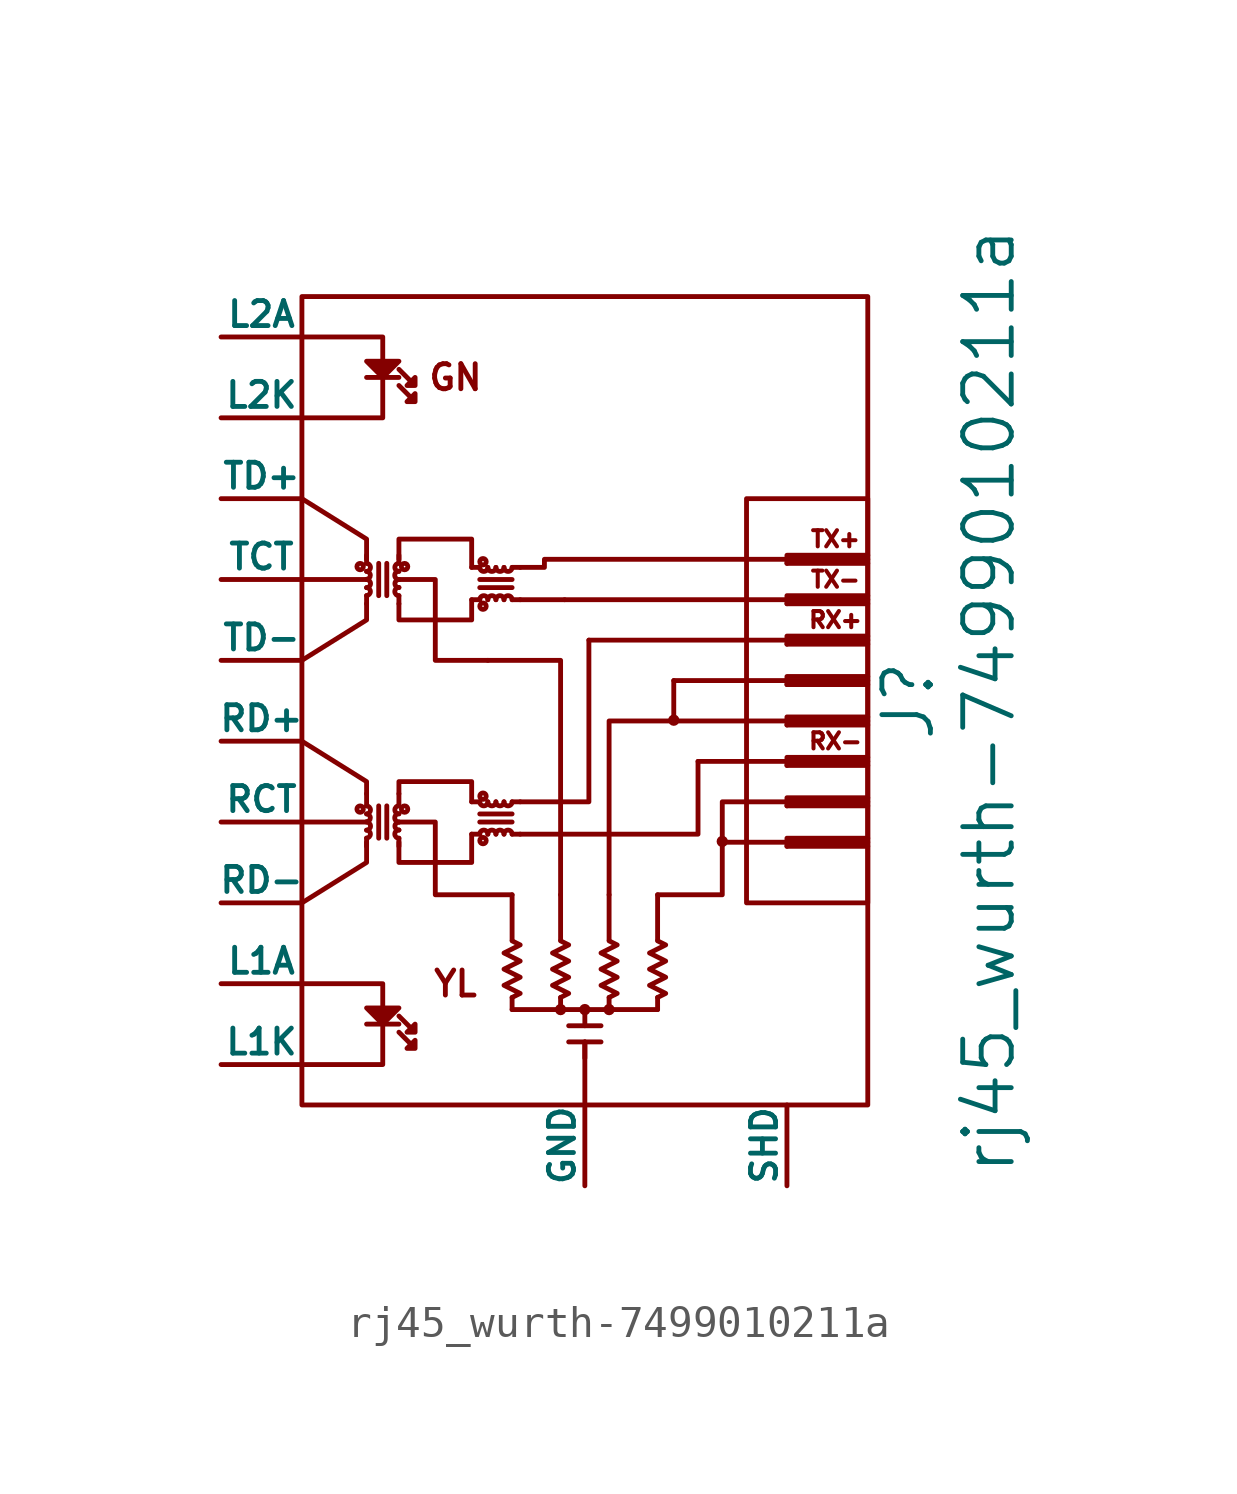
<source format=kicad_sym>
(kicad_symbol_lib
  (version 20220914)
  (generator kicad_symbol_editor)
  (symbol "rj45_wurth-7499010211a"
    (pin_numbers hide)
    (pin_names
      (offset 0))
    (property "Reference" "J"
      (at 11.43 0 90)
      (effects (font (size 1.524 1.524))))
    (property "Value" "rj45_wurth-7499010211a"
      (at 13.97 0 90)
      (effects (font (size 1.524 1.524))))
    (property "Footprint" ""
      (at -7.62 -1.27 0)
      (effects (font (size 1.524 1.524))))
    (symbol "rj45_wurth-7499010211a_0_0"
      (polyline (pts (xy -1.016 -6.096) (xy -1.016 -7.518)) (stroke (width 0) (type solid)) (fill (type none)))
      (polyline (pts (xy 0.508 -6.096) (xy 0.508 -7.518)) (stroke (width 0) (type solid)) (fill (type none)))
      (polyline (pts (xy 1.27 -10.719) (xy 1.27 -12.7)) (stroke (width 0) (type solid)) (fill (type none)))
      (polyline (pts (xy 2.032 -6.096) (xy 2.032 -7.518)) (stroke (width 0) (type solid)) (fill (type none)))
      (polyline (pts (xy 3.556 -6.096) (xy 3.556 -7.518)) (stroke (width 0) (type solid)) (fill (type none)))
      (text "GN" (at -2.794 10.16 0) (effects (font (size 0.787 0.787))))
      (text "RX+" (at 9.144 2.54 0) (effects (font (size 0.508 0.508))))
      (text "RX-" (at 9.144 -1.27 0) (effects (font (size 0.508 0.508))))
      (text "TX+" (at 9.144 5.08 0) (effects (font (size 0.508 0.508))))
      (text "TX-" (at 9.144 3.81 0) (effects (font (size 0.508 0.508))))
      (text "YL" (at -2.794 -8.89 0) (effects (font (size 0.787 0.787)))))
    (symbol "rj45_wurth-7499010211a_0_1"
      (rectangle (start -7.62 12.7) (end 10.16 -12.7) (stroke (width 0) (type solid)) (fill (type none)))
      (circle (center -5.791 -3.404) (radius 0.025) (stroke (width 0) (type solid)) (fill (type none)))
      (circle (center -5.791 4.216) (radius 0.025) (stroke (width 0) (type solid)) (fill (type none)))
      (arc (start -5.588 -4.318) (mid -5.4615 -4.191) (end -5.588 -4.064) (stroke (width 0) (type solid)) (fill (type none)))
      (arc (start -5.588 -4.064) (mid -5.4615 -3.937) (end -5.588 -3.81) (stroke (width 0) (type solid)) (fill (type none)))
      (arc (start -5.588 -3.81) (mid -5.4615 -3.683) (end -5.588 -3.556) (stroke (width 0) (type solid)) (fill (type none)))
      (arc (start -5.588 -3.556) (mid -5.4615 -3.429) (end -5.588 -3.302) (stroke (width 0) (type solid)) (fill (type none)))
      (arc (start -5.588 3.302) (mid -5.4615 3.429) (end -5.588 3.556) (stroke (width 0) (type solid)) (fill (type none)))
      (arc (start -5.588 3.556) (mid -5.4615 3.683) (end -5.588 3.81) (stroke (width 0) (type solid)) (fill (type none)))
      (arc (start -5.588 3.81) (mid -5.4615 3.937) (end -5.588 4.064) (stroke (width 0) (type solid)) (fill (type none)))
      (arc (start -5.588 4.064) (mid -5.4615 4.191) (end -5.588 4.318) (stroke (width 0) (type solid)) (fill (type none)))
      (arc (start -4.572 -4.064) (mid -4.6985 -4.191) (end -4.572 -4.318) (stroke (width 0) (type solid)) (fill (type none)))
      (arc (start -4.572 -3.81) (mid -4.6985 -3.937) (end -4.572 -4.064) (stroke (width 0) (type solid)) (fill (type none)))
      (arc (start -4.572 -3.556) (mid -4.6985 -3.683) (end -4.572 -3.81) (stroke (width 0) (type solid)) (fill (type none)))
      (arc (start -4.572 -3.302) (mid -4.6985 -3.429) (end -4.572 -3.556) (stroke (width 0) (type solid)) (fill (type none)))
      (arc (start -4.572 3.556) (mid -4.6985 3.429) (end -4.572 3.302) (stroke (width 0) (type solid)) (fill (type none)))
      (arc (start -4.572 3.81) (mid -4.6985 3.683) (end -4.572 3.556) (stroke (width 0) (type solid)) (fill (type none)))
      (arc (start -4.572 4.064) (mid -4.6985 3.937) (end -4.572 3.81) (stroke (width 0) (type solid)) (fill (type none)))
      (arc (start -4.572 4.318) (mid -4.6985 4.191) (end -4.572 4.064) (stroke (width 0) (type solid)) (fill (type none)))
      (circle (center -4.394 -3.404) (radius 0.025) (stroke (width 0) (type solid)) (fill (type none)))
      (circle (center -4.394 4.216) (radius 0.025) (stroke (width 0) (type solid)) (fill (type none)))
      (arc (start -2.032 -3.175) (mid -1.905 -3.3015) (end -1.778 -3.175) (stroke (width 0) (type solid)) (fill (type none)))
      (arc (start -2.032 4.191) (mid -1.905 4.0645) (end -1.778 4.191) (stroke (width 0) (type solid)) (fill (type none)))
      (circle (center -1.93 -4.394) (radius 0.025) (stroke (width 0) (type solid)) (fill (type none)))
      (circle (center -1.93 -2.997) (radius 0.025) (stroke (width 0) (type solid)) (fill (type none)))
      (circle (center -1.93 2.972) (radius 0.025) (stroke (width 0) (type solid)) (fill (type none)))
      (circle (center -1.93 4.369) (radius 0.025) (stroke (width 0) (type solid)) (fill (type none)))
      (arc (start -1.778 -4.191) (mid -1.905 -4.0645) (end -2.032 -4.191) (stroke (width 0) (type solid)) (fill (type none)))
      (arc (start -1.778 -3.175) (mid -1.651 -3.3015) (end -1.524 -3.175) (stroke (width 0) (type solid)) (fill (type none)))
      (arc (start -1.778 3.175) (mid -1.905 3.3015) (end -2.032 3.175) (stroke (width 0) (type solid)) (fill (type none)))
      (arc (start -1.778 4.191) (mid -1.651 4.0645) (end -1.524 4.191) (stroke (width 0) (type solid)) (fill (type none)))
      (arc (start -1.524 -4.191) (mid -1.651 -4.0645) (end -1.778 -4.191) (stroke (width 0) (type solid)) (fill (type none)))
      (arc (start -1.524 -3.175) (mid -1.397 -3.3015) (end -1.27 -3.175) (stroke (width 0) (type solid)) (fill (type none)))
      (arc (start -1.524 3.175) (mid -1.651 3.3015) (end -1.778 3.175) (stroke (width 0) (type solid)) (fill (type none)))
      (arc (start -1.524 4.191) (mid -1.397 4.0645) (end -1.27 4.191) (stroke (width 0) (type solid)) (fill (type none)))
      (arc (start -1.27 -4.191) (mid -1.397 -4.0645) (end -1.524 -4.191) (stroke (width 0) (type solid)) (fill (type none)))
      (arc (start -1.27 -3.175) (mid -1.143 -3.3015) (end -1.016 -3.175) (stroke (width 0) (type solid)) (fill (type none)))
      (arc (start -1.27 3.175) (mid -1.397 3.3015) (end -1.524 3.175) (stroke (width 0) (type solid)) (fill (type none)))
      (arc (start -1.27 4.191) (mid -1.143 4.0645) (end -1.016 4.191) (stroke (width 0) (type solid)) (fill (type none)))
      (arc (start -1.016 -4.191) (mid -1.143 -4.0645) (end -1.27 -4.191) (stroke (width 0) (type solid)) (fill (type none)))
      (arc (start -1.016 3.175) (mid -1.143 3.3015) (end -1.27 3.175) (stroke (width 0) (type solid)) (fill (type none)))
      (polyline (pts (xy -7.62 3.81) (xy -5.588 3.81)) (stroke (width 0) (type solid)) (fill (type none)))
      (polyline (pts (xy -5.588 -10.16) (xy -4.572 -10.16)) (stroke (width 0) (type solid)) (fill (type none)))
      (polyline (pts (xy -5.588 -4.318) (xy -5.588 -4.572)) (stroke (width 0) (type solid)) (fill (type none)))
      (polyline (pts (xy -5.588 -2.921) (xy -5.588 -3.302)) (stroke (width 0) (type solid)) (fill (type none)))
      (polyline (pts (xy -5.588 3.302) (xy -5.588 3.048)) (stroke (width 0) (type solid)) (fill (type none)))
      (polyline (pts (xy -5.588 4.572) (xy -5.588 4.318)) (stroke (width 0) (type solid)) (fill (type none)))
      (polyline (pts (xy -5.588 10.16) (xy -4.572 10.16)) (stroke (width 0) (type solid)) (fill (type none)))
      (polyline (pts (xy -5.207 -4.318) (xy -5.207 -3.302)) (stroke (width 0) (type solid)) (fill (type none)))
      (polyline (pts (xy -5.207 3.302) (xy -5.207 4.318)) (stroke (width 0) (type solid)) (fill (type none)))
      (polyline (pts (xy -4.953 -3.302) (xy -4.953 -4.318)) (stroke (width 0) (type solid)) (fill (type none)))
      (polyline (pts (xy -4.953 4.318) (xy -4.953 3.302)) (stroke (width 0) (type solid)) (fill (type none)))
      (polyline (pts (xy -4.572 -4.318) (xy -4.572 -4.572)) (stroke (width 0) (type solid)) (fill (type none)))
      (polyline (pts (xy -4.572 -2.921) (xy -4.572 -3.302)) (stroke (width 0) (type solid)) (fill (type none)))
      (polyline (pts (xy -4.572 3.302) (xy -4.572 3.048)) (stroke (width 0) (type solid)) (fill (type none)))
      (polyline (pts (xy -4.572 4.572) (xy -4.572 4.318)) (stroke (width 0) (type solid)) (fill (type none)))
      (polyline (pts (xy -2.286 -4.191) (xy -2.032 -4.191)) (stroke (width 0) (type solid)) (fill (type none)))
      (polyline (pts (xy -2.286 -3.175) (xy -2.032 -3.175)) (stroke (width 0) (type solid)) (fill (type none)))
      (polyline (pts (xy -2.286 3.175) (xy -2.032 3.175)) (stroke (width 0) (type solid)) (fill (type none)))
      (polyline (pts (xy -2.286 4.191) (xy -2.032 4.191)) (stroke (width 0) (type solid)) (fill (type none)))
      (polyline (pts (xy -2.032 -3.556) (xy -1.016 -3.556)) (stroke (width 0) (type solid)) (fill (type none)))
      (polyline (pts (xy -2.032 3.81) (xy -1.016 3.81)) (stroke (width 0) (type solid)) (fill (type none)))
      (polyline (pts (xy -1.016 -9.703) (xy -1.016 -9.322)) (stroke (width 0) (type solid)) (fill (type none)))
      (polyline (pts (xy -1.016 -4.191) (xy -0.762 -4.191)) (stroke (width 0) (type solid)) (fill (type none)))
      (polyline (pts (xy -1.016 -3.81) (xy -2.032 -3.81)) (stroke (width 0) (type solid)) (fill (type none)))
      (polyline (pts (xy -1.016 -3.175) (xy -0.762 -3.175)) (stroke (width 0) (type solid)) (fill (type none)))
      (polyline (pts (xy -1.016 3.175) (xy -0.762 3.175)) (stroke (width 0) (type solid)) (fill (type none)))
      (polyline (pts (xy -1.016 3.556) (xy -2.032 3.556)) (stroke (width 0) (type solid)) (fill (type none)))
      (polyline (pts (xy -1.016 4.191) (xy -0.762 4.191)) (stroke (width 0) (type solid)) (fill (type none)))
      (polyline (pts (xy 0.508 -9.703) (xy 0.508 -9.322)) (stroke (width 0) (type solid)) (fill (type none)))
      (polyline (pts (xy 0.762 -10.211) (xy 1.778 -10.211)) (stroke (width 0) (type solid)) (fill (type none)))
      (polyline (pts (xy 1.27 -10.719) (xy 1.27 -11.227)) (stroke (width 0) (type solid)) (fill (type none)))
      (polyline (pts (xy 1.27 -9.703) (xy 1.27 -10.211)) (stroke (width 0) (type solid)) (fill (type none)))
      (polyline (pts (xy 1.778 -10.719) (xy 0.762 -10.719)) (stroke (width 0) (type solid)) (fill (type none)))
      (polyline (pts (xy 2.032 -9.703) (xy 2.032 -9.322)) (stroke (width 0) (type solid)) (fill (type none)))
      (polyline (pts (xy 3.556 -9.703) (xy -1.016 -9.703)) (stroke (width 0) (type solid)) (fill (type none)))
      (polyline (pts (xy 3.556 -9.703) (xy 3.556 -9.322)) (stroke (width 0) (type solid)) (fill (type none)))
      (polyline (pts (xy 4.064 0.635) (xy 4.064 -0.635)) (stroke (width 0) (type solid)) (fill (type none)))
      (polyline (pts (xy 7.62 -4.572) (xy 10.16 -4.572)) (stroke (width 0) (type solid)) (fill (type none)))
      (polyline (pts (xy 7.62 -4.445) (xy 5.588 -4.445)) (stroke (width 0) (type solid)) (fill (type none)))
      (polyline (pts (xy 7.62 -4.445) (xy 10.16 -4.445)) (stroke (width 0) (type solid)) (fill (type none)))
      (polyline (pts (xy 7.62 -3.302) (xy 10.16 -3.302)) (stroke (width 0) (type solid)) (fill (type none)))
      (polyline (pts (xy 7.62 -3.175) (xy 10.16 -3.175)) (stroke (width 0) (type solid)) (fill (type none)))
      (polyline (pts (xy 7.62 -2.032) (xy 10.16 -2.032)) (stroke (width 0) (type solid)) (fill (type none)))
      (polyline (pts (xy 7.62 -1.905) (xy 4.826 -1.905)) (stroke (width 0) (type solid)) (fill (type none)))
      (polyline (pts (xy 7.62 -1.905) (xy 10.16 -1.905)) (stroke (width 0) (type solid)) (fill (type none)))
      (polyline (pts (xy 7.62 -0.762) (xy 10.16 -0.762)) (stroke (width 0) (type solid)) (fill (type none)))
      (polyline (pts (xy 7.62 -0.635) (xy 4.064 -0.635)) (stroke (width 0) (type solid)) (fill (type none)))
      (polyline (pts (xy 7.62 -0.635) (xy 10.16 -0.635)) (stroke (width 0) (type solid)) (fill (type none)))
      (polyline (pts (xy 7.62 0.508) (xy 10.16 0.508)) (stroke (width 0) (type solid)) (fill (type none)))
      (polyline (pts (xy 7.62 0.635) (xy 4.064 0.635)) (stroke (width 0) (type solid)) (fill (type none)))
      (polyline (pts (xy 7.62 0.635) (xy 10.16 0.635)) (stroke (width 0) (type solid)) (fill (type none)))
      (polyline (pts (xy 7.62 1.778) (xy 10.16 1.778)) (stroke (width 0) (type solid)) (fill (type none)))
      (polyline (pts (xy 7.62 1.905) (xy 1.397 1.905)) (stroke (width 0) (type solid)) (fill (type none)))
      (polyline (pts (xy 7.62 1.905) (xy 10.16 1.905)) (stroke (width 0) (type solid)) (fill (type none)))
      (polyline (pts (xy 7.62 3.048) (xy 10.16 3.048)) (stroke (width 0) (type solid)) (fill (type none)))
      (polyline (pts (xy 7.62 3.175) (xy 0.635 3.175)) (stroke (width 0) (type solid)) (fill (type none)))
      (polyline (pts (xy 7.62 3.175) (xy 10.16 3.175)) (stroke (width 0) (type solid)) (fill (type none)))
      (polyline (pts (xy 7.62 4.318) (xy 10.16 4.318)) (stroke (width 0) (type solid)) (fill (type none)))
      (polyline (pts (xy 7.62 4.445) (xy 10.16 4.445)) (stroke (width 0) (type solid)) (fill (type none)))
      (polyline (pts (xy -7.62 -3.81) (xy -6.35 -3.81) (xy -5.588 -3.81)) (stroke (width 0) (type solid)) (fill (type none)))
      (polyline (pts (xy -7.62 -1.27) (xy -5.588 -2.54) (xy -5.588 -2.921)) (stroke (width 0) (type solid)) (fill (type none)))
      (polyline (pts (xy -7.62 1.27) (xy -5.588 2.54) (xy -5.588 3.048)) (stroke (width 0) (type solid)) (fill (type none)))
      (polyline (pts (xy -7.62 6.35) (xy -5.588 5.08) (xy -5.588 4.445)) (stroke (width 0) (type solid)) (fill (type none)))
      (polyline (pts (xy -5.588 -4.445) (xy -5.588 -5.08) (xy -7.62 -6.35)) (stroke (width 0) (type solid)) (fill (type none)))
      (polyline (pts (xy -5.08 -10.16) (xy -5.08 -11.43) (xy -7.62 -11.43)) (stroke (width 0) (type solid)) (fill (type none)))
      (polyline (pts (xy -5.08 -9.652) (xy -5.08 -8.89) (xy -7.62 -8.89)) (stroke (width 0) (type solid)) (fill (type none)))
      (polyline (pts (xy -5.08 10.16) (xy -5.08 8.89) (xy -7.62 8.89)) (stroke (width 0) (type solid)) (fill (type none)))
      (polyline (pts (xy -5.08 10.668) (xy -5.08 11.43) (xy -7.62 11.43)) (stroke (width 0) (type solid)) (fill (type none)))
      (polyline (pts (xy 0.508 -6.096) (xy 0.508 1.27) (xy -1.778 1.27)) (stroke (width 0) (type solid)) (fill (type none)))
      (polyline (pts (xy 0.635 3.175) (xy 0.635 3.175) (xy -0.762 3.175)) (stroke (width 0) (type solid)) (fill (type none)))
      (polyline (pts (xy 1.397 1.905) (xy 1.397 -3.175) (xy -0.762 -3.175)) (stroke (width 0) (type solid)) (fill (type none)))
      (polyline (pts (xy 2.032 -6.096) (xy 2.032 -0.635) (xy 4.064 -0.635)) (stroke (width 0) (type solid)) (fill (type none)))
      (polyline (pts (xy 3.556 -6.096) (xy 5.588 -6.096) (xy 5.588 -4.445)) (stroke (width 0) (type solid)) (fill (type none)))
      (polyline (pts (xy 4.826 -1.905) (xy 4.826 -4.191) (xy -0.762 -4.191)) (stroke (width 0) (type solid)) (fill (type none)))
      (polyline (pts (xy 5.588 -4.445) (xy 5.588 -3.175) (xy 7.62 -3.175)) (stroke (width 0) (type solid)) (fill (type none)))
      (polyline (pts (xy 7.62 -4.572) (xy 7.62 -4.318) (xy 10.16 -4.318)) (stroke (width 0) (type solid)) (fill (type none)))
      (polyline (pts (xy 7.62 -3.302) (xy 7.62 -3.048) (xy 10.16 -3.048)) (stroke (width 0) (type solid)) (fill (type none)))
      (polyline (pts (xy 7.62 -2.032) (xy 7.62 -1.778) (xy 10.16 -1.778)) (stroke (width 0) (type solid)) (fill (type none)))
      (polyline (pts (xy 7.62 -0.762) (xy 7.62 -0.508) (xy 10.16 -0.508)) (stroke (width 0) (type solid)) (fill (type none)))
      (polyline (pts (xy 7.62 0.508) (xy 7.62 0.762) (xy 10.16 0.762)) (stroke (width 0) (type solid)) (fill (type none)))
      (polyline (pts (xy 7.62 1.778) (xy 7.62 2.032) (xy 10.16 2.032)) (stroke (width 0) (type solid)) (fill (type none)))
      (polyline (pts (xy 7.62 3.048) (xy 7.62 3.302) (xy 10.16 3.302)) (stroke (width 0) (type solid)) (fill (type none)))
      (polyline (pts (xy 7.62 4.318) (xy 7.62 4.572) (xy 10.16 4.572)) (stroke (width 0) (type solid)) (fill (type none)))
      (polyline (pts (xy -5.588 -9.652) (xy -5.08 -10.16) (xy -4.572 -9.652) (xy -5.588 -9.652)) (stroke (width 0) (type solid)) (fill (type outline)))
      (polyline (pts (xy -5.588 10.668) (xy -5.08 10.16) (xy -4.572 10.668) (xy -5.588 10.668)) (stroke (width 0) (type solid)) (fill (type outline)))
      (polyline (pts (xy -4.572 -4.445) (xy -4.572 -5.08) (xy -2.286 -5.08) (xy -2.286 -4.191)) (stroke (width 0) (type solid)) (fill (type none)))
      (polyline (pts (xy -4.572 -3.81) (xy -3.429 -3.81) (xy -3.429 -6.096) (xy -1.016 -6.096)) (stroke (width 0) (type solid)) (fill (type none)))
      (polyline (pts (xy -4.572 -2.921) (xy -4.572 -2.54) (xy -2.286 -2.54) (xy -2.286 -3.175)) (stroke (width 0) (type solid)) (fill (type none)))
      (polyline (pts (xy -4.572 3.048) (xy -4.572 2.54) (xy -2.286 2.54) (xy -2.286 3.175)) (stroke (width 0) (type solid)) (fill (type none)))
      (polyline (pts (xy -4.572 3.81) (xy -3.429 3.81) (xy -3.429 1.27) (xy -1.778 1.27)) (stroke (width 0) (type solid)) (fill (type none)))
      (polyline (pts (xy -4.572 4.445) (xy -4.572 5.08) (xy -2.286 5.08) (xy -2.286 4.191)) (stroke (width 0) (type solid)) (fill (type none)))
      (polyline (pts (xy 7.62 4.445) (xy 0 4.445) (xy 0 4.191) (xy -0.762 4.191)) (stroke (width 0) (type solid)) (fill (type none)))
      (polyline (pts (xy -4.572 -10.414) (xy -4.064 -10.922) (xy -4.064 -10.668) (xy -4.318 -10.922) (xy -4.064 -10.922)) (stroke (width 0) (type solid)) (fill (type none)))
      (polyline (pts (xy -4.572 -9.906) (xy -4.064 -10.414) (xy -4.064 -10.16) (xy -4.318 -10.414) (xy -4.064 -10.414)) (stroke (width 0) (type solid)) (fill (type none)))
      (polyline (pts (xy -4.572 9.906) (xy -4.064 9.398) (xy -4.064 9.652) (xy -4.318 9.398) (xy -4.064 9.398)) (stroke (width 0) (type solid)) (fill (type none)))
      (polyline (pts (xy -4.572 10.414) (xy -4.064 9.906) (xy -4.064 10.16) (xy -4.318 9.906) (xy -4.064 9.906)) (stroke (width 0) (type solid)) (fill (type none)))
      (polyline (pts (xy -1.016 -7.544) (xy -0.762 -7.671) (xy -1.27 -7.925) (xy -0.762 -8.179) (xy -1.27 -8.433) (xy -0.762 -8.687) (xy -1.27 -8.941) (xy -0.762 -9.195) (xy -1.016 -9.322)) (stroke (width 0) (type solid)) (fill (type none)))
      (polyline (pts (xy 0.508 -7.544) (xy 0.762 -7.671) (xy 0.254 -7.925) (xy 0.762 -8.179) (xy 0.254 -8.433) (xy 0.762 -8.687) (xy 0.254 -8.941) (xy 0.762 -9.195) (xy 0.508 -9.322)) (stroke (width 0) (type solid)) (fill (type none)))
      (polyline (pts (xy 2.032 -7.544) (xy 2.286 -7.671) (xy 1.778 -7.925) (xy 2.286 -8.179) (xy 1.778 -8.433) (xy 2.286 -8.687) (xy 1.778 -8.941) (xy 2.286 -9.195) (xy 2.032 -9.322)) (stroke (width 0) (type solid)) (fill (type none)))
      (polyline (pts (xy 3.556 -7.544) (xy 3.81 -7.671) (xy 3.302 -7.925) (xy 3.81 -8.179) (xy 3.302 -8.433) (xy 3.81 -8.687) (xy 3.302 -8.941) (xy 3.81 -9.195) (xy 3.556 -9.322)) (stroke (width 0) (type solid)) (fill (type none)))
      (circle (center 0.508 -9.703) (radius 0.102) (stroke (width 0) (type solid)) (fill (type none)))
      (circle (center 1.27 -9.703) (radius 0.102) (stroke (width 0) (type solid)) (fill (type none)))
      (circle (center 2.032 -9.703) (radius 0.102) (stroke (width 0) (type solid)) (fill (type none)))
      (circle (center 4.064 -0.61) (radius 0.102) (stroke (width 0) (type solid)) (fill (type none)))
      (circle (center 5.588 -4.42) (radius 0.102) (stroke (width 0) (type solid)) (fill (type none)))
      (rectangle (start 10.16 6.35) (end 6.35 -6.35) (stroke (width 0) (type solid)) (fill (type none))))
    (symbol "rj45_wurth-7499010211a_1_1"
      (pin passive line (at -10.16 6.35 0) (length 2.54) (name "TD+" (effects (font (size 0.787 0.787)))) (number "1" (effects (font (size 0.787 0.787)))))
      (pin passive line (at -10.16 8.89 0) (length 2.54) (name "L2K" (effects (font (size 0.787 0.787)))) (number "10" (effects (font (size 0.787 0.787)))))
      (pin passive line (at -10.16 -11.43 0) (length 2.54) (name "L1K" (effects (font (size 0.787 0.787)))) (number "11" (effects (font (size 0.787 0.787)))))
      (pin passive line (at -10.16 -8.89 0) (length 2.54) (name "L1A" (effects (font (size 0.787 0.787)))) (number "12" (effects (font (size 0.787 0.787)))))
      (pin passive line (at 7.62 -15.24 90) (length 2.54) (name "SHD" (effects (font (size 0.787 0.787)))) (number "13" (effects (font (size 0.787 0.787)))))
      (pin passive line (at -10.16 1.27 0) (length 2.54) (name "TD-" (effects (font (size 0.787 0.787)))) (number "2" (effects (font (size 0.787 0.787)))))
      (pin passive line (at -10.16 -1.27 0) (length 2.54) (name "RD+" (effects (font (size 0.787 0.787)))) (number "3" (effects (font (size 0.787 0.787)))))
      (pin passive line (at -10.16 3.81 0) (length 2.54) (name "TCT" (effects (font (size 0.787 0.787)))) (number "4" (effects (font (size 0.787 0.787)))))
      (pin passive line (at -10.16 -3.81 0) (length 2.54) (name "RCT" (effects (font (size 0.787 0.787)))) (number "5" (effects (font (size 0.787 0.787)))))
      (pin passive line (at -10.16 -6.35 0) (length 2.54) (name "RD-" (effects (font (size 0.787 0.787)))) (number "6" (effects (font (size 0.787 0.787)))))
      (pin passive line (at 1.27 -15.24 90) (length 2.54) (name "GND" (effects (font (size 0.787 0.787)))) (number "8" (effects (font (size 0.787 0.787)))))
      (pin passive line (at -10.16 11.43 0) (length 2.54) (name "L2A" (effects (font (size 0.787 0.787)))) (number "9" (effects (font (size 0.787 0.787))))))))
</source>
